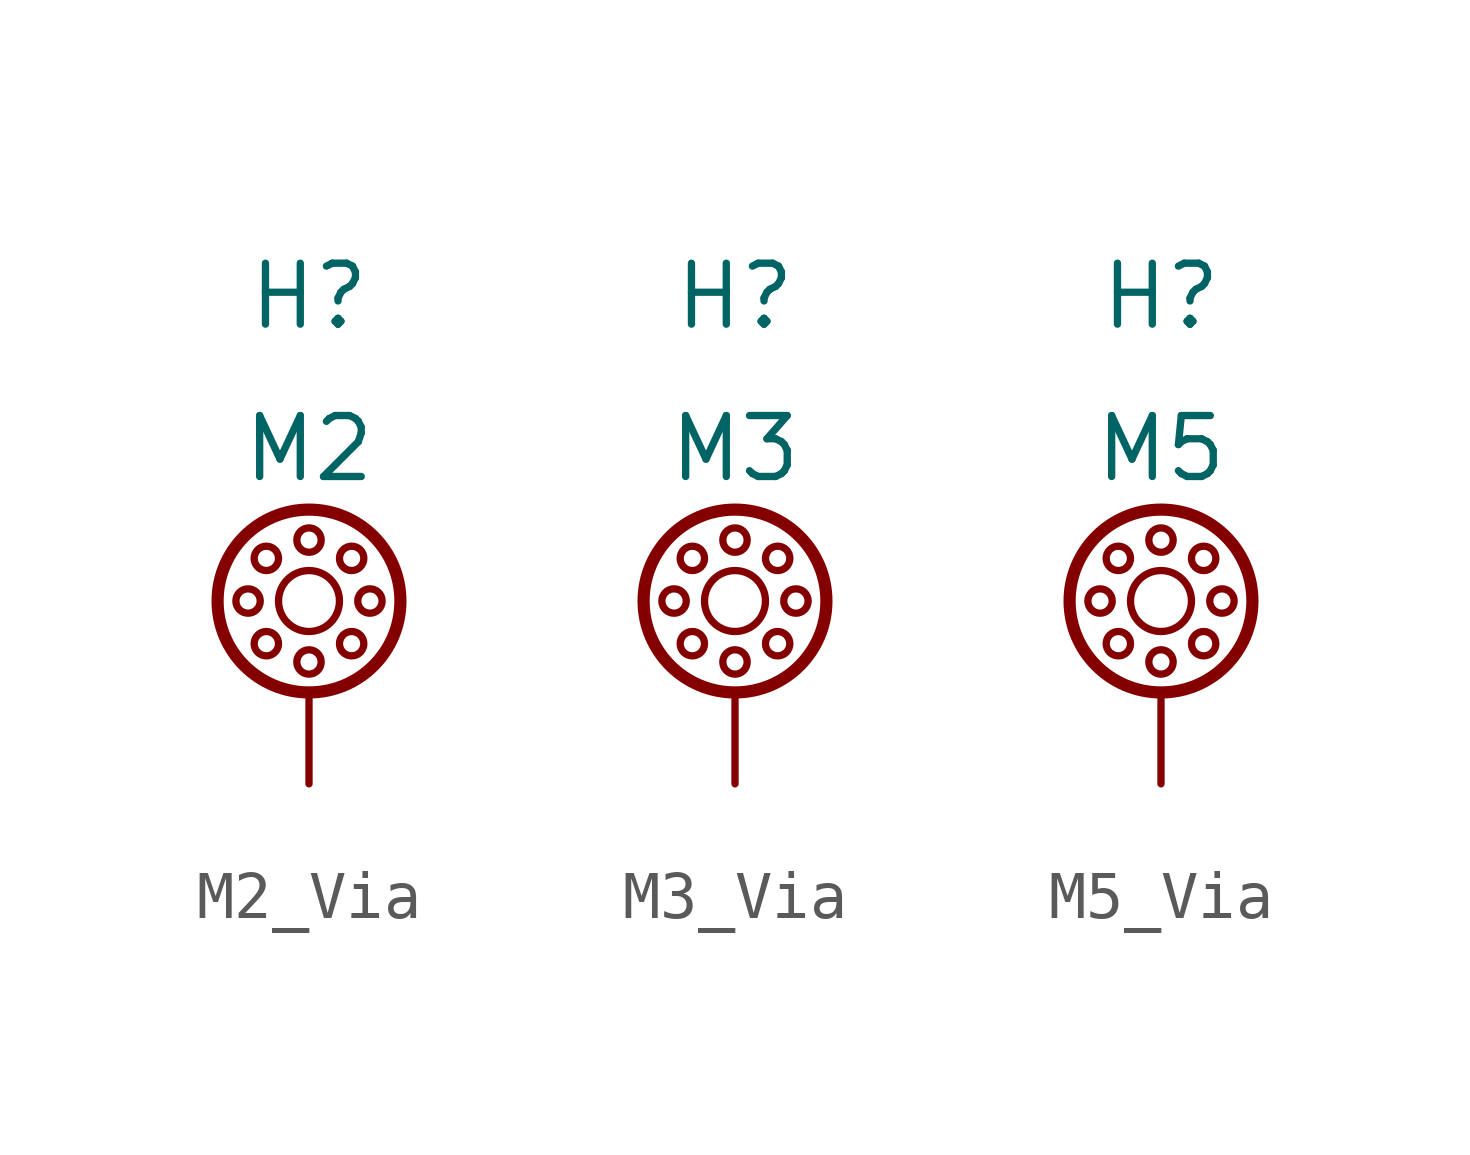
<source format=kicad_sym>
(kicad_symbol_lib
  (version 20241209)
  (generator "kicad_symbol_editor")
  (generator_version "9.0")
  (symbol "M2_Via"
    (pin_numbers
      (hide yes))
    (pin_names
      (offset 1.016)
      (hide yes))
    (property "Reference" "H"
      (at 0 6.35 0)
      (effects (font (size 1.27 1.27))))
    (property "Value" "M2"
      (at 0 3.175 0)
      (effects (font (size 1.27 1.27))))
    (symbol "M2_Via_1_1"
      (circle (center -1.27 0) (radius 0.254) (stroke (width 0) (type default)) (fill (type none)))
      (circle (center -0.889 0.889) (radius 0.254) (stroke (width 0) (type default)) (fill (type none)))
      (circle (center -0.889 -0.889) (radius 0.254) (stroke (width 0) (type default)) (fill (type none)))
      (circle (center 0 1.27) (radius 0.254) (stroke (width 0) (type default)) (fill (type none)))
      (circle (center 0 0) (radius 0.635) (stroke (width 0) (type default)) (fill (type none)))
      (circle (center 0 0) (radius 1.905) (stroke (width 0.254) (type solid)) (fill (type none)))
      (circle (center 0 -1.27) (radius 0.254) (stroke (width 0) (type default)) (fill (type none)))
      (circle (center 0.889 0.889) (radius 0.254) (stroke (width 0) (type default)) (fill (type none)))
      (circle (center 0.889 -0.889) (radius 0.254) (stroke (width 0) (type default)) (fill (type none)))
      (circle (center 1.27 0) (radius 0.254) (stroke (width 0) (type default)) (fill (type none)))
      (pin input line (at 0 -3.81 90) (length 1.905) (name "1" (effects (font (size 1.27 1.27)))) (number "1" (effects (font (size 1.27 1.27)))))))
  (symbol "M3_Via"
    (pin_numbers
      (hide yes))
    (pin_names
      (offset 1.016)
      (hide yes))
    (property "Reference" "H"
      (at 0 6.35 0)
      (effects (font (size 1.27 1.27))))
    (property "Value" "M3"
      (at 0 3.175 0)
      (effects (font (size 1.27 1.27))))
    (symbol "M3_Via_1_1"
      (circle (center -1.27 0) (radius 0.254) (stroke (width 0) (type default)) (fill (type none)))
      (circle (center -0.889 0.889) (radius 0.254) (stroke (width 0) (type default)) (fill (type none)))
      (circle (center -0.889 -0.889) (radius 0.254) (stroke (width 0) (type default)) (fill (type none)))
      (circle (center 0 1.27) (radius 0.254) (stroke (width 0) (type default)) (fill (type none)))
      (circle (center 0 0) (radius 0.635) (stroke (width 0) (type default)) (fill (type none)))
      (circle (center 0 0) (radius 1.905) (stroke (width 0.254) (type solid)) (fill (type none)))
      (circle (center 0 -1.27) (radius 0.254) (stroke (width 0) (type default)) (fill (type none)))
      (circle (center 0.889 0.889) (radius 0.254) (stroke (width 0) (type default)) (fill (type none)))
      (circle (center 0.889 -0.889) (radius 0.254) (stroke (width 0) (type default)) (fill (type none)))
      (circle (center 1.27 0) (radius 0.254) (stroke (width 0) (type default)) (fill (type none)))
      (pin input line (at 0 -3.81 90) (length 1.905) (name "1" (effects (font (size 1.27 1.27)))) (number "1" (effects (font (size 1.27 1.27)))))))
  (symbol "M5_Via"
    (pin_numbers
      (hide yes))
    (pin_names
      (offset 1.016)
      (hide yes))
    (property "Reference" "H"
      (at 0 6.35 0)
      (effects (font (size 1.27 1.27))))
    (property "Value" "M5"
      (at 0 3.175 0)
      (effects (font (size 1.27 1.27))))
    (symbol "M5_Via_1_1"
      (circle (center -1.27 0) (radius 0.254) (stroke (width 0) (type default)) (fill (type none)))
      (circle (center -0.889 0.889) (radius 0.254) (stroke (width 0) (type default)) (fill (type none)))
      (circle (center -0.889 -0.889) (radius 0.254) (stroke (width 0) (type default)) (fill (type none)))
      (circle (center 0 1.27) (radius 0.254) (stroke (width 0) (type default)) (fill (type none)))
      (circle (center 0 0) (radius 0.635) (stroke (width 0) (type default)) (fill (type none)))
      (circle (center 0 0) (radius 1.905) (stroke (width 0.254) (type solid)) (fill (type none)))
      (circle (center 0 -1.27) (radius 0.254) (stroke (width 0) (type default)) (fill (type none)))
      (circle (center 0.889 0.889) (radius 0.254) (stroke (width 0) (type default)) (fill (type none)))
      (circle (center 0.889 -0.889) (radius 0.254) (stroke (width 0) (type default)) (fill (type none)))
      (circle (center 1.27 0) (radius 0.254) (stroke (width 0) (type default)) (fill (type none)))
      (pin input line (at 0 -3.81 90) (length 1.905) (name "1" (effects (font (size 1.27 1.27)))) (number "1" (effects (font (size 1.27 1.27))))))))
</source>
